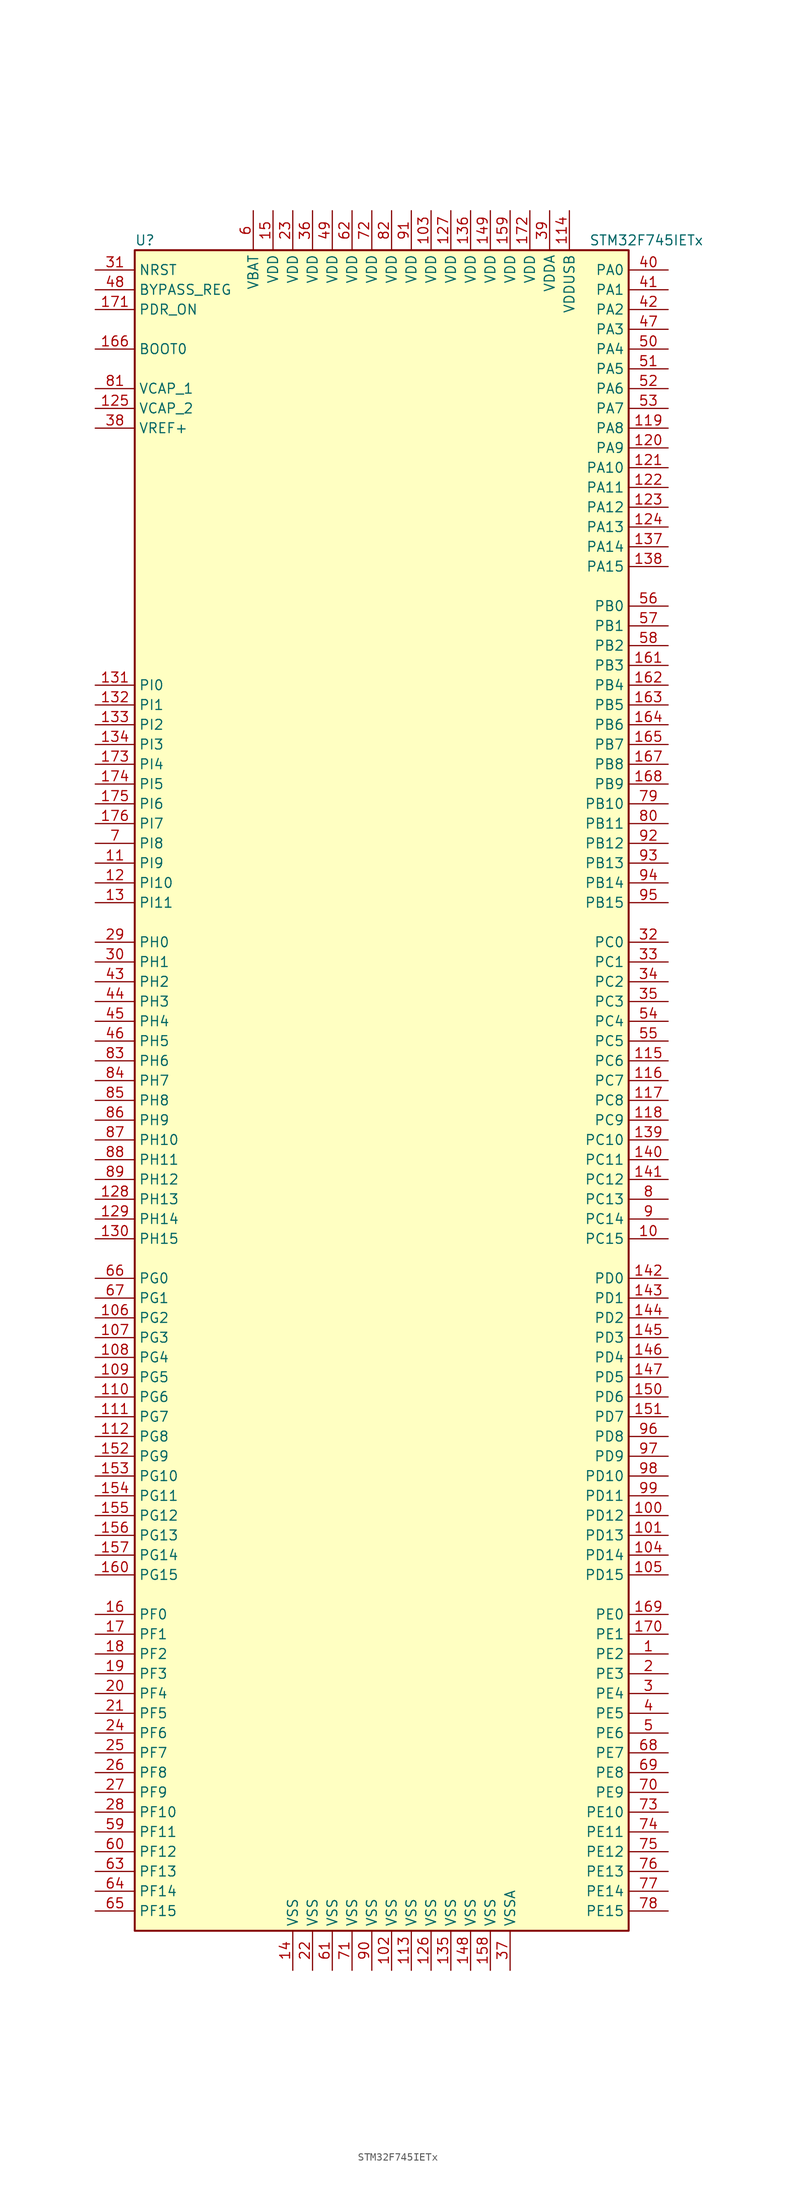
<source format=kicad_sym>
(kicad_symbol_lib
  (version 20201005)
  (generator kicad_symbol_editor)
  (symbol "STM32F745IETx"
    (property "Reference" "U"
      (at -33.02 107.95 0)
      (effects (font (size 1.27 1.27)) (justify left)))
    (property "Value" "STM32F745IETx"
      (at 25.4 107.95 0)
      (effects (font (size 1.27 1.27)) (justify left)))
    (symbol "STM32F745IETx_0_1"
      (rectangle (start -33.02 -109.22) (end 30.48 106.68) (stroke (width 0.254)) (fill (type background))))
    (symbol "STM32F745IETx_1_1"
      (pin bidirectional line (at 35.56 -73.66 180) (length 5.08) (name "PE2" (effects (font (size 1.27 1.27)))) (number "1" (effects (font (size 1.27 1.27)))))
      (pin bidirectional line (at 35.56 -20.32 180) (length 5.08) (name "PC15" (effects (font (size 1.27 1.27)))) (number "10" (effects (font (size 1.27 1.27)))))
      (pin bidirectional line (at 35.56 -55.88 180) (length 5.08) (name "PD12" (effects (font (size 1.27 1.27)))) (number "100" (effects (font (size 1.27 1.27)))))
      (pin bidirectional line (at 35.56 -58.42 180) (length 5.08) (name "PD13" (effects (font (size 1.27 1.27)))) (number "101" (effects (font (size 1.27 1.27)))))
      (pin power_in line (at 0 -114.3 90) (length 5.08) (name "VSS" (effects (font (size 1.27 1.27)))) (number "102" (effects (font (size 1.27 1.27)))))
      (pin power_in line (at 5.08 111.76 270) (length 5.08) (name "VDD" (effects (font (size 1.27 1.27)))) (number "103" (effects (font (size 1.27 1.27)))))
      (pin bidirectional line (at 35.56 -60.96 180) (length 5.08) (name "PD14" (effects (font (size 1.27 1.27)))) (number "104" (effects (font (size 1.27 1.27)))))
      (pin bidirectional line (at 35.56 -63.5 180) (length 5.08) (name "PD15" (effects (font (size 1.27 1.27)))) (number "105" (effects (font (size 1.27 1.27)))))
      (pin bidirectional line (at -38.1 -30.48 0) (length 5.08) (name "PG2" (effects (font (size 1.27 1.27)))) (number "106" (effects (font (size 1.27 1.27)))))
      (pin bidirectional line (at -38.1 -33.02 0) (length 5.08) (name "PG3" (effects (font (size 1.27 1.27)))) (number "107" (effects (font (size 1.27 1.27)))))
      (pin bidirectional line (at -38.1 -35.56 0) (length 5.08) (name "PG4" (effects (font (size 1.27 1.27)))) (number "108" (effects (font (size 1.27 1.27)))))
      (pin bidirectional line (at -38.1 -38.1 0) (length 5.08) (name "PG5" (effects (font (size 1.27 1.27)))) (number "109" (effects (font (size 1.27 1.27)))))
      (pin bidirectional line (at -38.1 27.94 0) (length 5.08) (name "PI9" (effects (font (size 1.27 1.27)))) (number "11" (effects (font (size 1.27 1.27)))))
      (pin bidirectional line (at -38.1 -40.64 0) (length 5.08) (name "PG6" (effects (font (size 1.27 1.27)))) (number "110" (effects (font (size 1.27 1.27)))))
      (pin bidirectional line (at -38.1 -43.18 0) (length 5.08) (name "PG7" (effects (font (size 1.27 1.27)))) (number "111" (effects (font (size 1.27 1.27)))))
      (pin bidirectional line (at -38.1 -45.72 0) (length 5.08) (name "PG8" (effects (font (size 1.27 1.27)))) (number "112" (effects (font (size 1.27 1.27)))))
      (pin power_in line (at 2.54 -114.3 90) (length 5.08) (name "VSS" (effects (font (size 1.27 1.27)))) (number "113" (effects (font (size 1.27 1.27)))))
      (pin power_in line (at 22.86 111.76 270) (length 5.08) (name "VDDUSB" (effects (font (size 1.27 1.27)))) (number "114" (effects (font (size 1.27 1.27)))))
      (pin bidirectional line (at 35.56 2.54 180) (length 5.08) (name "PC6" (effects (font (size 1.27 1.27)))) (number "115" (effects (font (size 1.27 1.27)))))
      (pin bidirectional line (at 35.56 0 180) (length 5.08) (name "PC7" (effects (font (size 1.27 1.27)))) (number "116" (effects (font (size 1.27 1.27)))))
      (pin bidirectional line (at 35.56 -2.54 180) (length 5.08) (name "PC8" (effects (font (size 1.27 1.27)))) (number "117" (effects (font (size 1.27 1.27)))))
      (pin bidirectional line (at 35.56 -5.08 180) (length 5.08) (name "PC9" (effects (font (size 1.27 1.27)))) (number "118" (effects (font (size 1.27 1.27)))))
      (pin bidirectional line (at 35.56 83.82 180) (length 5.08) (name "PA8" (effects (font (size 1.27 1.27)))) (number "119" (effects (font (size 1.27 1.27)))))
      (pin bidirectional line (at -38.1 25.4 0) (length 5.08) (name "PI10" (effects (font (size 1.27 1.27)))) (number "12" (effects (font (size 1.27 1.27)))))
      (pin bidirectional line (at 35.56 81.28 180) (length 5.08) (name "PA9" (effects (font (size 1.27 1.27)))) (number "120" (effects (font (size 1.27 1.27)))))
      (pin bidirectional line (at 35.56 78.74 180) (length 5.08) (name "PA10" (effects (font (size 1.27 1.27)))) (number "121" (effects (font (size 1.27 1.27)))))
      (pin bidirectional line (at 35.56 76.2 180) (length 5.08) (name "PA11" (effects (font (size 1.27 1.27)))) (number "122" (effects (font (size 1.27 1.27)))))
      (pin bidirectional line (at 35.56 73.66 180) (length 5.08) (name "PA12" (effects (font (size 1.27 1.27)))) (number "123" (effects (font (size 1.27 1.27)))))
      (pin bidirectional line (at 35.56 71.12 180) (length 5.08) (name "PA13" (effects (font (size 1.27 1.27)))) (number "124" (effects (font (size 1.27 1.27)))))
      (pin power_in line (at -38.1 86.36 0) (length 5.08) (name "VCAP_2" (effects (font (size 1.27 1.27)))) (number "125" (effects (font (size 1.27 1.27)))))
      (pin power_in line (at 5.08 -114.3 90) (length 5.08) (name "VSS" (effects (font (size 1.27 1.27)))) (number "126" (effects (font (size 1.27 1.27)))))
      (pin power_in line (at 7.62 111.76 270) (length 5.08) (name "VDD" (effects (font (size 1.27 1.27)))) (number "127" (effects (font (size 1.27 1.27)))))
      (pin bidirectional line (at -38.1 -15.24 0) (length 5.08) (name "PH13" (effects (font (size 1.27 1.27)))) (number "128" (effects (font (size 1.27 1.27)))))
      (pin bidirectional line (at -38.1 -17.78 0) (length 5.08) (name "PH14" (effects (font (size 1.27 1.27)))) (number "129" (effects (font (size 1.27 1.27)))))
      (pin bidirectional line (at -38.1 22.86 0) (length 5.08) (name "PI11" (effects (font (size 1.27 1.27)))) (number "13" (effects (font (size 1.27 1.27)))))
      (pin bidirectional line (at -38.1 -20.32 0) (length 5.08) (name "PH15" (effects (font (size 1.27 1.27)))) (number "130" (effects (font (size 1.27 1.27)))))
      (pin bidirectional line (at -38.1 50.8 0) (length 5.08) (name "PI0" (effects (font (size 1.27 1.27)))) (number "131" (effects (font (size 1.27 1.27)))))
      (pin bidirectional line (at -38.1 48.26 0) (length 5.08) (name "PI1" (effects (font (size 1.27 1.27)))) (number "132" (effects (font (size 1.27 1.27)))))
      (pin bidirectional line (at -38.1 45.72 0) (length 5.08) (name "PI2" (effects (font (size 1.27 1.27)))) (number "133" (effects (font (size 1.27 1.27)))))
      (pin bidirectional line (at -38.1 43.18 0) (length 5.08) (name "PI3" (effects (font (size 1.27 1.27)))) (number "134" (effects (font (size 1.27 1.27)))))
      (pin power_in line (at 7.62 -114.3 90) (length 5.08) (name "VSS" (effects (font (size 1.27 1.27)))) (number "135" (effects (font (size 1.27 1.27)))))
      (pin power_in line (at 10.16 111.76 270) (length 5.08) (name "VDD" (effects (font (size 1.27 1.27)))) (number "136" (effects (font (size 1.27 1.27)))))
      (pin bidirectional line (at 35.56 68.58 180) (length 5.08) (name "PA14" (effects (font (size 1.27 1.27)))) (number "137" (effects (font (size 1.27 1.27)))))
      (pin bidirectional line (at 35.56 66.04 180) (length 5.08) (name "PA15" (effects (font (size 1.27 1.27)))) (number "138" (effects (font (size 1.27 1.27)))))
      (pin bidirectional line (at 35.56 -7.62 180) (length 5.08) (name "PC10" (effects (font (size 1.27 1.27)))) (number "139" (effects (font (size 1.27 1.27)))))
      (pin power_in line (at -12.7 -114.3 90) (length 5.08) (name "VSS" (effects (font (size 1.27 1.27)))) (number "14" (effects (font (size 1.27 1.27)))))
      (pin bidirectional line (at 35.56 -10.16 180) (length 5.08) (name "PC11" (effects (font (size 1.27 1.27)))) (number "140" (effects (font (size 1.27 1.27)))))
      (pin bidirectional line (at 35.56 -12.7 180) (length 5.08) (name "PC12" (effects (font (size 1.27 1.27)))) (number "141" (effects (font (size 1.27 1.27)))))
      (pin bidirectional line (at 35.56 -25.4 180) (length 5.08) (name "PD0" (effects (font (size 1.27 1.27)))) (number "142" (effects (font (size 1.27 1.27)))))
      (pin bidirectional line (at 35.56 -27.94 180) (length 5.08) (name "PD1" (effects (font (size 1.27 1.27)))) (number "143" (effects (font (size 1.27 1.27)))))
      (pin bidirectional line (at 35.56 -30.48 180) (length 5.08) (name "PD2" (effects (font (size 1.27 1.27)))) (number "144" (effects (font (size 1.27 1.27)))))
      (pin bidirectional line (at 35.56 -33.02 180) (length 5.08) (name "PD3" (effects (font (size 1.27 1.27)))) (number "145" (effects (font (size 1.27 1.27)))))
      (pin bidirectional line (at 35.56 -35.56 180) (length 5.08) (name "PD4" (effects (font (size 1.27 1.27)))) (number "146" (effects (font (size 1.27 1.27)))))
      (pin bidirectional line (at 35.56 -38.1 180) (length 5.08) (name "PD5" (effects (font (size 1.27 1.27)))) (number "147" (effects (font (size 1.27 1.27)))))
      (pin power_in line (at 10.16 -114.3 90) (length 5.08) (name "VSS" (effects (font (size 1.27 1.27)))) (number "148" (effects (font (size 1.27 1.27)))))
      (pin power_in line (at 12.7 111.76 270) (length 5.08) (name "VDD" (effects (font (size 1.27 1.27)))) (number "149" (effects (font (size 1.27 1.27)))))
      (pin power_in line (at -15.24 111.76 270) (length 5.08) (name "VDD" (effects (font (size 1.27 1.27)))) (number "15" (effects (font (size 1.27 1.27)))))
      (pin bidirectional line (at 35.56 -40.64 180) (length 5.08) (name "PD6" (effects (font (size 1.27 1.27)))) (number "150" (effects (font (size 1.27 1.27)))))
      (pin bidirectional line (at 35.56 -43.18 180) (length 5.08) (name "PD7" (effects (font (size 1.27 1.27)))) (number "151" (effects (font (size 1.27 1.27)))))
      (pin bidirectional line (at -38.1 -48.26 0) (length 5.08) (name "PG9" (effects (font (size 1.27 1.27)))) (number "152" (effects (font (size 1.27 1.27)))))
      (pin bidirectional line (at -38.1 -50.8 0) (length 5.08) (name "PG10" (effects (font (size 1.27 1.27)))) (number "153" (effects (font (size 1.27 1.27)))))
      (pin bidirectional line (at -38.1 -53.34 0) (length 5.08) (name "PG11" (effects (font (size 1.27 1.27)))) (number "154" (effects (font (size 1.27 1.27)))))
      (pin bidirectional line (at -38.1 -55.88 0) (length 5.08) (name "PG12" (effects (font (size 1.27 1.27)))) (number "155" (effects (font (size 1.27 1.27)))))
      (pin bidirectional line (at -38.1 -58.42 0) (length 5.08) (name "PG13" (effects (font (size 1.27 1.27)))) (number "156" (effects (font (size 1.27 1.27)))))
      (pin bidirectional line (at -38.1 -60.96 0) (length 5.08) (name "PG14" (effects (font (size 1.27 1.27)))) (number "157" (effects (font (size 1.27 1.27)))))
      (pin power_in line (at 12.7 -114.3 90) (length 5.08) (name "VSS" (effects (font (size 1.27 1.27)))) (number "158" (effects (font (size 1.27 1.27)))))
      (pin power_in line (at 15.24 111.76 270) (length 5.08) (name "VDD" (effects (font (size 1.27 1.27)))) (number "159" (effects (font (size 1.27 1.27)))))
      (pin bidirectional line (at -38.1 -68.58 0) (length 5.08) (name "PF0" (effects (font (size 1.27 1.27)))) (number "16" (effects (font (size 1.27 1.27)))))
      (pin bidirectional line (at -38.1 -63.5 0) (length 5.08) (name "PG15" (effects (font (size 1.27 1.27)))) (number "160" (effects (font (size 1.27 1.27)))))
      (pin bidirectional line (at 35.56 53.34 180) (length 5.08) (name "PB3" (effects (font (size 1.27 1.27)))) (number "161" (effects (font (size 1.27 1.27)))))
      (pin bidirectional line (at 35.56 50.8 180) (length 5.08) (name "PB4" (effects (font (size 1.27 1.27)))) (number "162" (effects (font (size 1.27 1.27)))))
      (pin bidirectional line (at 35.56 48.26 180) (length 5.08) (name "PB5" (effects (font (size 1.27 1.27)))) (number "163" (effects (font (size 1.27 1.27)))))
      (pin bidirectional line (at 35.56 45.72 180) (length 5.08) (name "PB6" (effects (font (size 1.27 1.27)))) (number "164" (effects (font (size 1.27 1.27)))))
      (pin bidirectional line (at 35.56 43.18 180) (length 5.08) (name "PB7" (effects (font (size 1.27 1.27)))) (number "165" (effects (font (size 1.27 1.27)))))
      (pin input line (at -38.1 93.98 0) (length 5.08) (name "BOOT0" (effects (font (size 1.27 1.27)))) (number "166" (effects (font (size 1.27 1.27)))))
      (pin bidirectional line (at 35.56 40.64 180) (length 5.08) (name "PB8" (effects (font (size 1.27 1.27)))) (number "167" (effects (font (size 1.27 1.27)))))
      (pin bidirectional line (at 35.56 38.1 180) (length 5.08) (name "PB9" (effects (font (size 1.27 1.27)))) (number "168" (effects (font (size 1.27 1.27)))))
      (pin bidirectional line (at 35.56 -68.58 180) (length 5.08) (name "PE0" (effects (font (size 1.27 1.27)))) (number "169" (effects (font (size 1.27 1.27)))))
      (pin bidirectional line (at -38.1 -71.12 0) (length 5.08) (name "PF1" (effects (font (size 1.27 1.27)))) (number "17" (effects (font (size 1.27 1.27)))))
      (pin bidirectional line (at 35.56 -71.12 180) (length 5.08) (name "PE1" (effects (font (size 1.27 1.27)))) (number "170" (effects (font (size 1.27 1.27)))))
      (pin input line (at -38.1 99.06 0) (length 5.08) (name "PDR_ON" (effects (font (size 1.27 1.27)))) (number "171" (effects (font (size 1.27 1.27)))))
      (pin power_in line (at 17.78 111.76 270) (length 5.08) (name "VDD" (effects (font (size 1.27 1.27)))) (number "172" (effects (font (size 1.27 1.27)))))
      (pin bidirectional line (at -38.1 40.64 0) (length 5.08) (name "PI4" (effects (font (size 1.27 1.27)))) (number "173" (effects (font (size 1.27 1.27)))))
      (pin bidirectional line (at -38.1 38.1 0) (length 5.08) (name "PI5" (effects (font (size 1.27 1.27)))) (number "174" (effects (font (size 1.27 1.27)))))
      (pin bidirectional line (at -38.1 35.56 0) (length 5.08) (name "PI6" (effects (font (size 1.27 1.27)))) (number "175" (effects (font (size 1.27 1.27)))))
      (pin bidirectional line (at -38.1 33.02 0) (length 5.08) (name "PI7" (effects (font (size 1.27 1.27)))) (number "176" (effects (font (size 1.27 1.27)))))
      (pin bidirectional line (at -38.1 -73.66 0) (length 5.08) (name "PF2" (effects (font (size 1.27 1.27)))) (number "18" (effects (font (size 1.27 1.27)))))
      (pin bidirectional line (at -38.1 -76.2 0) (length 5.08) (name "PF3" (effects (font (size 1.27 1.27)))) (number "19" (effects (font (size 1.27 1.27)))))
      (pin bidirectional line (at 35.56 -76.2 180) (length 5.08) (name "PE3" (effects (font (size 1.27 1.27)))) (number "2" (effects (font (size 1.27 1.27)))))
      (pin bidirectional line (at -38.1 -78.74 0) (length 5.08) (name "PF4" (effects (font (size 1.27 1.27)))) (number "20" (effects (font (size 1.27 1.27)))))
      (pin bidirectional line (at -38.1 -81.28 0) (length 5.08) (name "PF5" (effects (font (size 1.27 1.27)))) (number "21" (effects (font (size 1.27 1.27)))))
      (pin power_in line (at -10.16 -114.3 90) (length 5.08) (name "VSS" (effects (font (size 1.27 1.27)))) (number "22" (effects (font (size 1.27 1.27)))))
      (pin power_in line (at -12.7 111.76 270) (length 5.08) (name "VDD" (effects (font (size 1.27 1.27)))) (number "23" (effects (font (size 1.27 1.27)))))
      (pin bidirectional line (at -38.1 -83.82 0) (length 5.08) (name "PF6" (effects (font (size 1.27 1.27)))) (number "24" (effects (font (size 1.27 1.27)))))
      (pin bidirectional line (at -38.1 -86.36 0) (length 5.08) (name "PF7" (effects (font (size 1.27 1.27)))) (number "25" (effects (font (size 1.27 1.27)))))
      (pin bidirectional line (at -38.1 -88.9 0) (length 5.08) (name "PF8" (effects (font (size 1.27 1.27)))) (number "26" (effects (font (size 1.27 1.27)))))
      (pin bidirectional line (at -38.1 -91.44 0) (length 5.08) (name "PF9" (effects (font (size 1.27 1.27)))) (number "27" (effects (font (size 1.27 1.27)))))
      (pin bidirectional line (at -38.1 -93.98 0) (length 5.08) (name "PF10" (effects (font (size 1.27 1.27)))) (number "28" (effects (font (size 1.27 1.27)))))
      (pin input line (at -38.1 17.78 0) (length 5.08) (name "PH0" (effects (font (size 1.27 1.27)))) (number "29" (effects (font (size 1.27 1.27)))))
      (pin bidirectional line (at 35.56 -78.74 180) (length 5.08) (name "PE4" (effects (font (size 1.27 1.27)))) (number "3" (effects (font (size 1.27 1.27)))))
      (pin input line (at -38.1 15.24 0) (length 5.08) (name "PH1" (effects (font (size 1.27 1.27)))) (number "30" (effects (font (size 1.27 1.27)))))
      (pin input line (at -38.1 104.14 0) (length 5.08) (name "NRST" (effects (font (size 1.27 1.27)))) (number "31" (effects (font (size 1.27 1.27)))))
      (pin bidirectional line (at 35.56 17.78 180) (length 5.08) (name "PC0" (effects (font (size 1.27 1.27)))) (number "32" (effects (font (size 1.27 1.27)))))
      (pin bidirectional line (at 35.56 15.24 180) (length 5.08) (name "PC1" (effects (font (size 1.27 1.27)))) (number "33" (effects (font (size 1.27 1.27)))))
      (pin bidirectional line (at 35.56 12.7 180) (length 5.08) (name "PC2" (effects (font (size 1.27 1.27)))) (number "34" (effects (font (size 1.27 1.27)))))
      (pin bidirectional line (at 35.56 10.16 180) (length 5.08) (name "PC3" (effects (font (size 1.27 1.27)))) (number "35" (effects (font (size 1.27 1.27)))))
      (pin power_in line (at -10.16 111.76 270) (length 5.08) (name "VDD" (effects (font (size 1.27 1.27)))) (number "36" (effects (font (size 1.27 1.27)))))
      (pin power_in line (at 15.24 -114.3 90) (length 5.08) (name "VSSA" (effects (font (size 1.27 1.27)))) (number "37" (effects (font (size 1.27 1.27)))))
      (pin power_in line (at -38.1 83.82 0) (length 5.08) (name "VREF+" (effects (font (size 1.27 1.27)))) (number "38" (effects (font (size 1.27 1.27)))))
      (pin power_in line (at 20.32 111.76 270) (length 5.08) (name "VDDA" (effects (font (size 1.27 1.27)))) (number "39" (effects (font (size 1.27 1.27)))))
      (pin bidirectional line (at 35.56 -81.28 180) (length 5.08) (name "PE5" (effects (font (size 1.27 1.27)))) (number "4" (effects (font (size 1.27 1.27)))))
      (pin bidirectional line (at 35.56 104.14 180) (length 5.08) (name "PA0" (effects (font (size 1.27 1.27)))) (number "40" (effects (font (size 1.27 1.27)))))
      (pin bidirectional line (at 35.56 101.6 180) (length 5.08) (name "PA1" (effects (font (size 1.27 1.27)))) (number "41" (effects (font (size 1.27 1.27)))))
      (pin bidirectional line (at 35.56 99.06 180) (length 5.08) (name "PA2" (effects (font (size 1.27 1.27)))) (number "42" (effects (font (size 1.27 1.27)))))
      (pin bidirectional line (at -38.1 12.7 0) (length 5.08) (name "PH2" (effects (font (size 1.27 1.27)))) (number "43" (effects (font (size 1.27 1.27)))))
      (pin bidirectional line (at -38.1 10.16 0) (length 5.08) (name "PH3" (effects (font (size 1.27 1.27)))) (number "44" (effects (font (size 1.27 1.27)))))
      (pin bidirectional line (at -38.1 7.62 0) (length 5.08) (name "PH4" (effects (font (size 1.27 1.27)))) (number "45" (effects (font (size 1.27 1.27)))))
      (pin bidirectional line (at -38.1 5.08 0) (length 5.08) (name "PH5" (effects (font (size 1.27 1.27)))) (number "46" (effects (font (size 1.27 1.27)))))
      (pin bidirectional line (at 35.56 96.52 180) (length 5.08) (name "PA3" (effects (font (size 1.27 1.27)))) (number "47" (effects (font (size 1.27 1.27)))))
      (pin input line (at -38.1 101.6 0) (length 5.08) (name "BYPASS_REG" (effects (font (size 1.27 1.27)))) (number "48" (effects (font (size 1.27 1.27)))))
      (pin power_in line (at -7.62 111.76 270) (length 5.08) (name "VDD" (effects (font (size 1.27 1.27)))) (number "49" (effects (font (size 1.27 1.27)))))
      (pin bidirectional line (at 35.56 -83.82 180) (length 5.08) (name "PE6" (effects (font (size 1.27 1.27)))) (number "5" (effects (font (size 1.27 1.27)))))
      (pin bidirectional line (at 35.56 93.98 180) (length 5.08) (name "PA4" (effects (font (size 1.27 1.27)))) (number "50" (effects (font (size 1.27 1.27)))))
      (pin bidirectional line (at 35.56 91.44 180) (length 5.08) (name "PA5" (effects (font (size 1.27 1.27)))) (number "51" (effects (font (size 1.27 1.27)))))
      (pin bidirectional line (at 35.56 88.9 180) (length 5.08) (name "PA6" (effects (font (size 1.27 1.27)))) (number "52" (effects (font (size 1.27 1.27)))))
      (pin bidirectional line (at 35.56 86.36 180) (length 5.08) (name "PA7" (effects (font (size 1.27 1.27)))) (number "53" (effects (font (size 1.27 1.27)))))
      (pin bidirectional line (at 35.56 7.62 180) (length 5.08) (name "PC4" (effects (font (size 1.27 1.27)))) (number "54" (effects (font (size 1.27 1.27)))))
      (pin bidirectional line (at 35.56 5.08 180) (length 5.08) (name "PC5" (effects (font (size 1.27 1.27)))) (number "55" (effects (font (size 1.27 1.27)))))
      (pin bidirectional line (at 35.56 60.96 180) (length 5.08) (name "PB0" (effects (font (size 1.27 1.27)))) (number "56" (effects (font (size 1.27 1.27)))))
      (pin bidirectional line (at 35.56 58.42 180) (length 5.08) (name "PB1" (effects (font (size 1.27 1.27)))) (number "57" (effects (font (size 1.27 1.27)))))
      (pin bidirectional line (at 35.56 55.88 180) (length 5.08) (name "PB2" (effects (font (size 1.27 1.27)))) (number "58" (effects (font (size 1.27 1.27)))))
      (pin bidirectional line (at -38.1 -96.52 0) (length 5.08) (name "PF11" (effects (font (size 1.27 1.27)))) (number "59" (effects (font (size 1.27 1.27)))))
      (pin power_in line (at -17.78 111.76 270) (length 5.08) (name "VBAT" (effects (font (size 1.27 1.27)))) (number "6" (effects (font (size 1.27 1.27)))))
      (pin bidirectional line (at -38.1 -99.06 0) (length 5.08) (name "PF12" (effects (font (size 1.27 1.27)))) (number "60" (effects (font (size 1.27 1.27)))))
      (pin power_in line (at -7.62 -114.3 90) (length 5.08) (name "VSS" (effects (font (size 1.27 1.27)))) (number "61" (effects (font (size 1.27 1.27)))))
      (pin power_in line (at -5.08 111.76 270) (length 5.08) (name "VDD" (effects (font (size 1.27 1.27)))) (number "62" (effects (font (size 1.27 1.27)))))
      (pin bidirectional line (at -38.1 -101.6 0) (length 5.08) (name "PF13" (effects (font (size 1.27 1.27)))) (number "63" (effects (font (size 1.27 1.27)))))
      (pin bidirectional line (at -38.1 -104.14 0) (length 5.08) (name "PF14" (effects (font (size 1.27 1.27)))) (number "64" (effects (font (size 1.27 1.27)))))
      (pin bidirectional line (at -38.1 -106.68 0) (length 5.08) (name "PF15" (effects (font (size 1.27 1.27)))) (number "65" (effects (font (size 1.27 1.27)))))
      (pin bidirectional line (at -38.1 -25.4 0) (length 5.08) (name "PG0" (effects (font (size 1.27 1.27)))) (number "66" (effects (font (size 1.27 1.27)))))
      (pin bidirectional line (at -38.1 -27.94 0) (length 5.08) (name "PG1" (effects (font (size 1.27 1.27)))) (number "67" (effects (font (size 1.27 1.27)))))
      (pin bidirectional line (at 35.56 -86.36 180) (length 5.08) (name "PE7" (effects (font (size 1.27 1.27)))) (number "68" (effects (font (size 1.27 1.27)))))
      (pin bidirectional line (at 35.56 -88.9 180) (length 5.08) (name "PE8" (effects (font (size 1.27 1.27)))) (number "69" (effects (font (size 1.27 1.27)))))
      (pin bidirectional line (at -38.1 30.48 0) (length 5.08) (name "PI8" (effects (font (size 1.27 1.27)))) (number "7" (effects (font (size 1.27 1.27)))))
      (pin bidirectional line (at 35.56 -91.44 180) (length 5.08) (name "PE9" (effects (font (size 1.27 1.27)))) (number "70" (effects (font (size 1.27 1.27)))))
      (pin power_in line (at -5.08 -114.3 90) (length 5.08) (name "VSS" (effects (font (size 1.27 1.27)))) (number "71" (effects (font (size 1.27 1.27)))))
      (pin power_in line (at -2.54 111.76 270) (length 5.08) (name "VDD" (effects (font (size 1.27 1.27)))) (number "72" (effects (font (size 1.27 1.27)))))
      (pin bidirectional line (at 35.56 -93.98 180) (length 5.08) (name "PE10" (effects (font (size 1.27 1.27)))) (number "73" (effects (font (size 1.27 1.27)))))
      (pin bidirectional line (at 35.56 -96.52 180) (length 5.08) (name "PE11" (effects (font (size 1.27 1.27)))) (number "74" (effects (font (size 1.27 1.27)))))
      (pin bidirectional line (at 35.56 -99.06 180) (length 5.08) (name "PE12" (effects (font (size 1.27 1.27)))) (number "75" (effects (font (size 1.27 1.27)))))
      (pin bidirectional line (at 35.56 -101.6 180) (length 5.08) (name "PE13" (effects (font (size 1.27 1.27)))) (number "76" (effects (font (size 1.27 1.27)))))
      (pin bidirectional line (at 35.56 -104.14 180) (length 5.08) (name "PE14" (effects (font (size 1.27 1.27)))) (number "77" (effects (font (size 1.27 1.27)))))
      (pin bidirectional line (at 35.56 -106.68 180) (length 5.08) (name "PE15" (effects (font (size 1.27 1.27)))) (number "78" (effects (font (size 1.27 1.27)))))
      (pin bidirectional line (at 35.56 35.56 180) (length 5.08) (name "PB10" (effects (font (size 1.27 1.27)))) (number "79" (effects (font (size 1.27 1.27)))))
      (pin bidirectional line (at 35.56 -15.24 180) (length 5.08) (name "PC13" (effects (font (size 1.27 1.27)))) (number "8" (effects (font (size 1.27 1.27)))))
      (pin bidirectional line (at 35.56 33.02 180) (length 5.08) (name "PB11" (effects (font (size 1.27 1.27)))) (number "80" (effects (font (size 1.27 1.27)))))
      (pin power_in line (at -38.1 88.9 0) (length 5.08) (name "VCAP_1" (effects (font (size 1.27 1.27)))) (number "81" (effects (font (size 1.27 1.27)))))
      (pin power_in line (at 0 111.76 270) (length 5.08) (name "VDD" (effects (font (size 1.27 1.27)))) (number "82" (effects (font (size 1.27 1.27)))))
      (pin bidirectional line (at -38.1 2.54 0) (length 5.08) (name "PH6" (effects (font (size 1.27 1.27)))) (number "83" (effects (font (size 1.27 1.27)))))
      (pin bidirectional line (at -38.1 0 0) (length 5.08) (name "PH7" (effects (font (size 1.27 1.27)))) (number "84" (effects (font (size 1.27 1.27)))))
      (pin bidirectional line (at -38.1 -2.54 0) (length 5.08) (name "PH8" (effects (font (size 1.27 1.27)))) (number "85" (effects (font (size 1.27 1.27)))))
      (pin bidirectional line (at -38.1 -5.08 0) (length 5.08) (name "PH9" (effects (font (size 1.27 1.27)))) (number "86" (effects (font (size 1.27 1.27)))))
      (pin bidirectional line (at -38.1 -7.62 0) (length 5.08) (name "PH10" (effects (font (size 1.27 1.27)))) (number "87" (effects (font (size 1.27 1.27)))))
      (pin bidirectional line (at -38.1 -10.16 0) (length 5.08) (name "PH11" (effects (font (size 1.27 1.27)))) (number "88" (effects (font (size 1.27 1.27)))))
      (pin bidirectional line (at -38.1 -12.7 0) (length 5.08) (name "PH12" (effects (font (size 1.27 1.27)))) (number "89" (effects (font (size 1.27 1.27)))))
      (pin bidirectional line (at 35.56 -17.78 180) (length 5.08) (name "PC14" (effects (font (size 1.27 1.27)))) (number "9" (effects (font (size 1.27 1.27)))))
      (pin power_in line (at -2.54 -114.3 90) (length 5.08) (name "VSS" (effects (font (size 1.27 1.27)))) (number "90" (effects (font (size 1.27 1.27)))))
      (pin power_in line (at 2.54 111.76 270) (length 5.08) (name "VDD" (effects (font (size 1.27 1.27)))) (number "91" (effects (font (size 1.27 1.27)))))
      (pin bidirectional line (at 35.56 30.48 180) (length 5.08) (name "PB12" (effects (font (size 1.27 1.27)))) (number "92" (effects (font (size 1.27 1.27)))))
      (pin bidirectional line (at 35.56 27.94 180) (length 5.08) (name "PB13" (effects (font (size 1.27 1.27)))) (number "93" (effects (font (size 1.27 1.27)))))
      (pin bidirectional line (at 35.56 25.4 180) (length 5.08) (name "PB14" (effects (font (size 1.27 1.27)))) (number "94" (effects (font (size 1.27 1.27)))))
      (pin bidirectional line (at 35.56 22.86 180) (length 5.08) (name "PB15" (effects (font (size 1.27 1.27)))) (number "95" (effects (font (size 1.27 1.27)))))
      (pin bidirectional line (at 35.56 -45.72 180) (length 5.08) (name "PD8" (effects (font (size 1.27 1.27)))) (number "96" (effects (font (size 1.27 1.27)))))
      (pin bidirectional line (at 35.56 -48.26 180) (length 5.08) (name "PD9" (effects (font (size 1.27 1.27)))) (number "97" (effects (font (size 1.27 1.27)))))
      (pin bidirectional line (at 35.56 -50.8 180) (length 5.08) (name "PD10" (effects (font (size 1.27 1.27)))) (number "98" (effects (font (size 1.27 1.27)))))
      (pin bidirectional line (at 35.56 -53.34 180) (length 5.08) (name "PD11" (effects (font (size 1.27 1.27)))) (number "99" (effects (font (size 1.27 1.27))))))))
</source>
